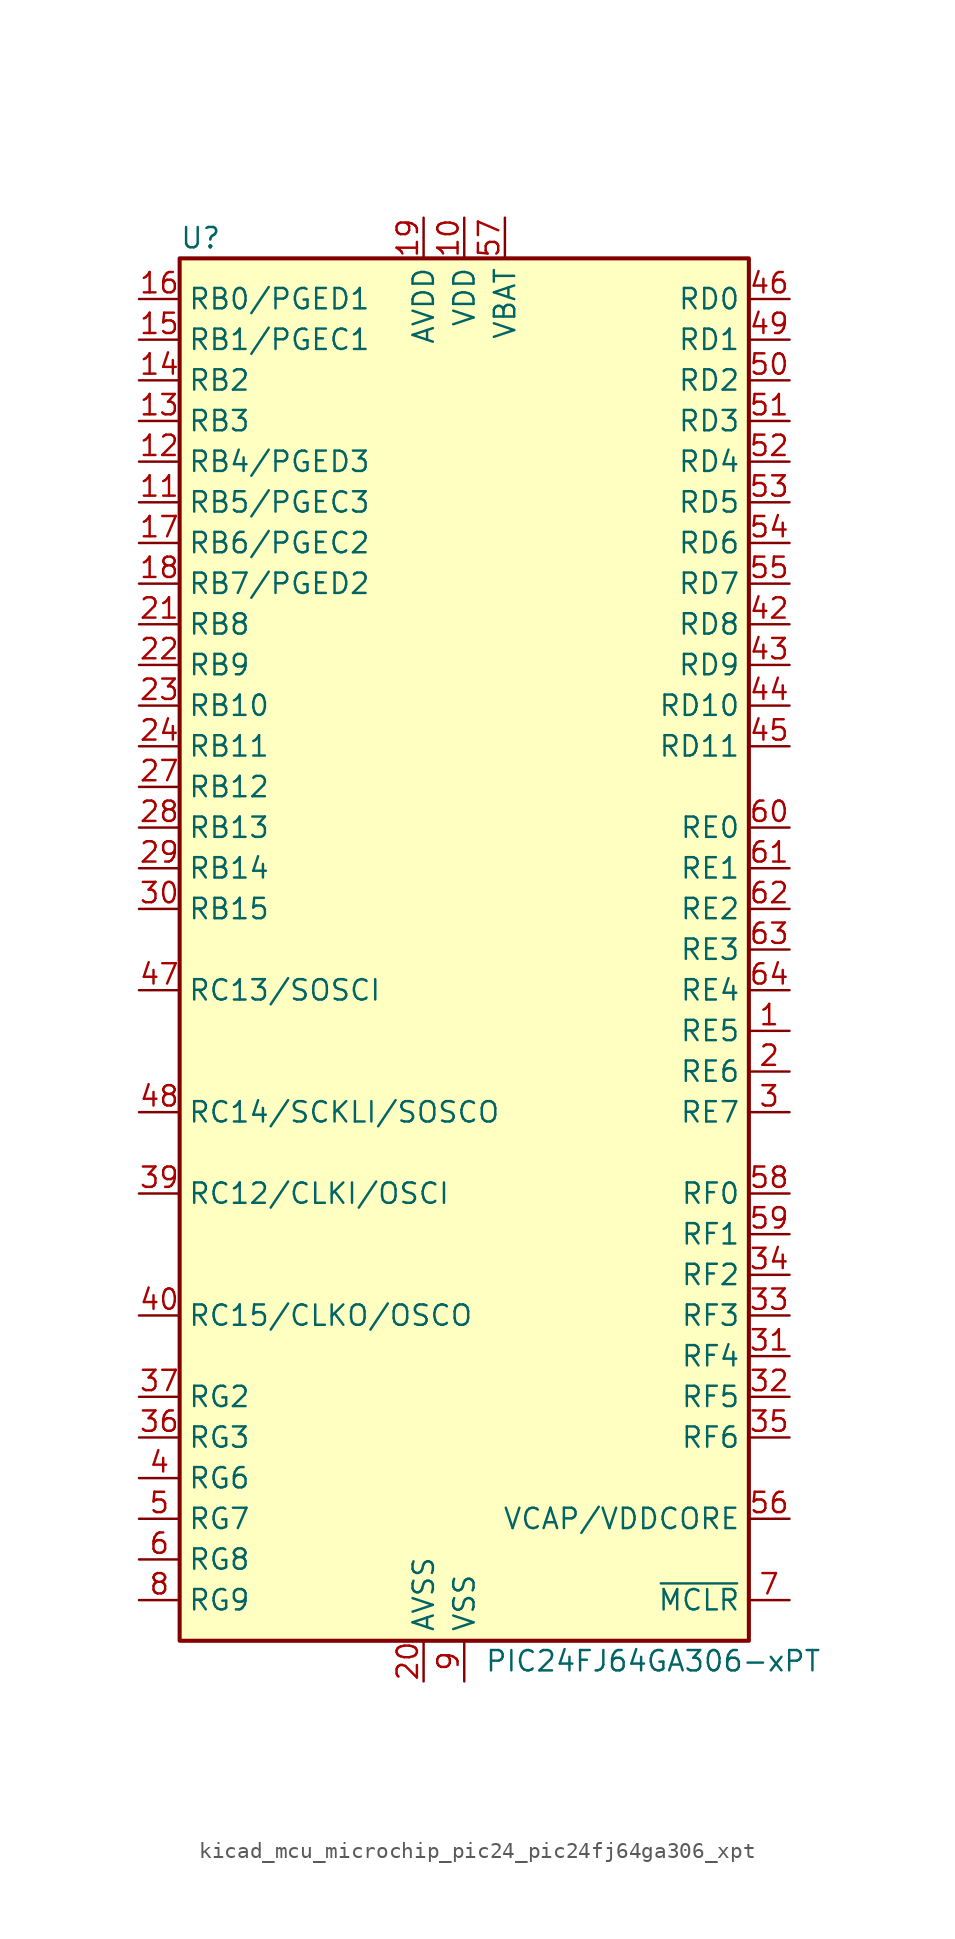
<source format=kicad_sym>
(kicad_symbol_lib
  (version 20220914)
  (generator kicad_symbol_editor)
  (symbol "kicad_mcu_microchip_pic24_pic24fj64ga306_xpt"
    (property "Reference" "U"
      (at -17.78 44.45 0)
      (effects (font (size 1.27 1.27)) (justify left)))
    (property "Value" "PIC24FJ64GA306-xPT"
      (at 1.27 -44.45 0)
      (effects (font (size 1.27 1.27)) (justify left)))
    (symbol "kicad_mcu_microchip_pic24_pic24fj64ga306_xpt_1_1"
      (rectangle (start -17.78 43.18) (end 17.78 -43.18) (stroke (width 0.254) (type default)) (fill (type background)))
      (pin bidirectional line (at 20.32 -5.08 180) (length 2.54) (name "RE5" (effects (font (size 1.27 1.27)))) (number "1" (effects (font (size 1.27 1.27)))) (alternate "CN63" bidirectional line) (alternate "CTED4" bidirectional line) (alternate "LCDBIAS2" bidirectional line) (alternate "PMD5" bidirectional line))
      (pin power_in line (at 0 45.72 270) (length 2.54) (name "VDD" (effects (font (size 1.27 1.27)))) (number "10" (effects (font (size 1.27 1.27)))))
      (pin bidirectional line (at -20.32 27.94 0) (length 2.54) (name "RB5/PGEC3" (effects (font (size 1.27 1.27)))) (number "11" (effects (font (size 1.27 1.27)))) (alternate "AN5" bidirectional line) (alternate "C1INA" bidirectional line) (alternate "CN7" bidirectional line) (alternate "RP18" bidirectional line) (alternate "SEG2" bidirectional line))
      (pin bidirectional line (at -20.32 30.48 0) (length 2.54) (name "RB4/PGED3" (effects (font (size 1.27 1.27)))) (number "12" (effects (font (size 1.27 1.27)))) (alternate "AN4" bidirectional line) (alternate "C1INB" bidirectional line) (alternate "CN6" bidirectional line) (alternate "RP28" bidirectional line) (alternate "SEG3" bidirectional line))
      (pin bidirectional line (at -20.32 33.02 0) (length 2.54) (name "RB3" (effects (font (size 1.27 1.27)))) (number "13" (effects (font (size 1.27 1.27)))) (alternate "AN3" bidirectional line) (alternate "C2INA" bidirectional line) (alternate "CN5" bidirectional line) (alternate "SEG4" bidirectional line))
      (pin bidirectional line (at -20.32 35.56 0) (length 2.54) (name "RB2" (effects (font (size 1.27 1.27)))) (number "14" (effects (font (size 1.27 1.27)))) (alternate "AN2" bidirectional line) (alternate "C2INB" bidirectional line) (alternate "CN4" bidirectional line) (alternate "CTCMP" bidirectional line) (alternate "CTED13" bidirectional line) (alternate "RP13" bidirectional line) (alternate "SEG5" bidirectional line))
      (pin bidirectional line (at -20.32 38.1 0) (length 2.54) (name "RB1/PGEC1" (effects (font (size 1.27 1.27)))) (number "15" (effects (font (size 1.27 1.27)))) (alternate "AN1" bidirectional line) (alternate "CN3" bidirectional line) (alternate "CTED12" bidirectional line) (alternate "CVREF-" bidirectional line) (alternate "RP1" bidirectional line) (alternate "SEG6" bidirectional line))
      (pin bidirectional line (at -20.32 40.64 0) (length 2.54) (name "RB0/PGED1" (effects (font (size 1.27 1.27)))) (number "16" (effects (font (size 1.27 1.27)))) (alternate "AN0" bidirectional line) (alternate "CN2" bidirectional line) (alternate "CVREF+" bidirectional line) (alternate "PMA6" bidirectional line) (alternate "RP0" bidirectional line) (alternate "SEG7" bidirectional line))
      (pin bidirectional line (at -20.32 25.4 0) (length 2.54) (name "RB6/PGEC2" (effects (font (size 1.27 1.27)))) (number "17" (effects (font (size 1.27 1.27)))) (alternate "AN6" bidirectional line) (alternate "CN24" bidirectional line) (alternate "LCDBIAS3" bidirectional line) (alternate "RP6" bidirectional line))
      (pin bidirectional line (at -20.32 22.86 0) (length 2.54) (name "RB7/PGED2" (effects (font (size 1.27 1.27)))) (number "18" (effects (font (size 1.27 1.27)))) (alternate "AN7" bidirectional line) (alternate "CN25" bidirectional line) (alternate "RP7" bidirectional line))
      (pin power_in line (at -2.54 45.72 270) (length 2.54) (name "AVDD" (effects (font (size 1.27 1.27)))) (number "19" (effects (font (size 1.27 1.27)))))
      (pin bidirectional line (at 20.32 -7.62 180) (length 2.54) (name "RE6" (effects (font (size 1.27 1.27)))) (number "2" (effects (font (size 1.27 1.27)))) (alternate "CN64" bidirectional line) (alternate "LCDBIAS1" bidirectional line) (alternate "PMD6" bidirectional line))
      (pin power_in line (at -2.54 -45.72 90) (length 2.54) (name "AVSS" (effects (font (size 1.27 1.27)))) (number "20" (effects (font (size 1.27 1.27)))))
      (pin bidirectional line (at -20.32 20.32 0) (length 2.54) (name "RB8" (effects (font (size 1.27 1.27)))) (number "21" (effects (font (size 1.27 1.27)))) (alternate "AN8" bidirectional line) (alternate "CN26" bidirectional line) (alternate "COM7" bidirectional line) (alternate "RP8" bidirectional line) (alternate "SEG31" bidirectional line))
      (pin bidirectional line (at -20.32 17.78 0) (length 2.54) (name "RB9" (effects (font (size 1.27 1.27)))) (number "22" (effects (font (size 1.27 1.27)))) (alternate "AN9" bidirectional line) (alternate "CN27" bidirectional line) (alternate "COM6" bidirectional line) (alternate "PMA7" bidirectional line) (alternate "RP9" bidirectional line) (alternate "SEG30" bidirectional line))
      (pin bidirectional line (at -20.32 15.24 0) (length 2.54) (name "RB10" (effects (font (size 1.27 1.27)))) (number "23" (effects (font (size 1.27 1.27)))) (alternate "AN10" bidirectional line) (alternate "CN28" bidirectional line) (alternate "COM5" bidirectional line) (alternate "CVREF" bidirectional line) (alternate "PMA13" bidirectional line) (alternate "SEG29" bidirectional line) (alternate "TMS" bidirectional line))
      (pin bidirectional line (at -20.32 12.7 0) (length 2.54) (name "RB11" (effects (font (size 1.27 1.27)))) (number "24" (effects (font (size 1.27 1.27)))) (alternate "AN11" bidirectional line) (alternate "CN29" bidirectional line) (alternate "PMA12" bidirectional line) (alternate "TDO" bidirectional line))
      (pin passive line (at 0 -45.72 90) (length 2.54) hide (name "VSS" (effects (font (size 1.27 1.27)))) (number "25" (effects (font (size 1.27 1.27)))))
      (pin passive line (at 0 45.72 270) (length 2.54) hide (name "VDD" (effects (font (size 1.27 1.27)))) (number "26" (effects (font (size 1.27 1.27)))))
      (pin bidirectional line (at -20.32 10.16 0) (length 2.54) (name "RB12" (effects (font (size 1.27 1.27)))) (number "27" (effects (font (size 1.27 1.27)))) (alternate "AN12" bidirectional line) (alternate "CN30" bidirectional line) (alternate "CTED2" bidirectional line) (alternate "PMA11" bidirectional line) (alternate "SEG18" bidirectional line) (alternate "TCK" bidirectional line))
      (pin bidirectional line (at -20.32 7.62 0) (length 2.54) (name "RB13" (effects (font (size 1.27 1.27)))) (number "28" (effects (font (size 1.27 1.27)))) (alternate "AN13" bidirectional line) (alternate "CN31" bidirectional line) (alternate "CTED1" bidirectional line) (alternate "PMA10" bidirectional line) (alternate "SEG19" bidirectional line) (alternate "TDI" bidirectional line))
      (pin bidirectional line (at -20.32 5.08 0) (length 2.54) (name "RB14" (effects (font (size 1.27 1.27)))) (number "29" (effects (font (size 1.27 1.27)))) (alternate "AN14" bidirectional line) (alternate "CN32" bidirectional line) (alternate "CTED5" bidirectional line) (alternate "CTPLS" bidirectional line) (alternate "PMA1" bidirectional line) (alternate "RP14" bidirectional line) (alternate "SEG8" bidirectional line))
      (pin bidirectional line (at 20.32 -10.16 180) (length 2.54) (name "RE7" (effects (font (size 1.27 1.27)))) (number "3" (effects (font (size 1.27 1.27)))) (alternate "CN65" bidirectional line) (alternate "LCDBIAS0" bidirectional line) (alternate "PMD7" bidirectional line))
      (pin bidirectional line (at -20.32 2.54 0) (length 2.54) (name "RB15" (effects (font (size 1.27 1.27)))) (number "30" (effects (font (size 1.27 1.27)))) (alternate "AN15" bidirectional line) (alternate "CN12" bidirectional line) (alternate "CTED6" bidirectional line) (alternate "PMA0" bidirectional line) (alternate "REFO" bidirectional line) (alternate "RP29" bidirectional line) (alternate "SEG9" bidirectional line))
      (pin bidirectional line (at 20.32 -25.4 180) (length 2.54) (name "RF4" (effects (font (size 1.27 1.27)))) (number "31" (effects (font (size 1.27 1.27)))) (alternate "CN17" bidirectional line) (alternate "PMA9" bidirectional line) (alternate "RP10" bidirectional line) (alternate "SDA2" bidirectional line) (alternate "SEG10" bidirectional line))
      (pin bidirectional line (at 20.32 -27.94 180) (length 2.54) (name "RF5" (effects (font (size 1.27 1.27)))) (number "32" (effects (font (size 1.27 1.27)))) (alternate "CN18" bidirectional line) (alternate "PMA8" bidirectional line) (alternate "RP17" bidirectional line) (alternate "SCL2" bidirectional line) (alternate "SEG11" bidirectional line))
      (pin bidirectional line (at 20.32 -22.86 180) (length 2.54) (name "RF3" (effects (font (size 1.27 1.27)))) (number "33" (effects (font (size 1.27 1.27)))) (alternate "CN71" bidirectional line) (alternate "RP16" bidirectional line) (alternate "SEG12" bidirectional line))
      (pin bidirectional line (at 20.32 -20.32 180) (length 2.54) (name "RF2" (effects (font (size 1.27 1.27)))) (number "34" (effects (font (size 1.27 1.27)))) (alternate "CN70" bidirectional line) (alternate "RP30" bidirectional line))
      (pin bidirectional line (at 20.32 -30.48 180) (length 2.54) (name "RF6" (effects (font (size 1.27 1.27)))) (number "35" (effects (font (size 1.27 1.27)))) (alternate "CN84" bidirectional line) (alternate "INT0" bidirectional line))
      (pin bidirectional line (at -20.32 -30.48 0) (length 2.54) (name "RG3" (effects (font (size 1.27 1.27)))) (number "36" (effects (font (size 1.27 1.27)))) (alternate "CN73" bidirectional line) (alternate "SDA1" bidirectional line) (alternate "SEG47" bidirectional line))
      (pin bidirectional line (at -20.32 -27.94 0) (length 2.54) (name "RG2" (effects (font (size 1.27 1.27)))) (number "37" (effects (font (size 1.27 1.27)))) (alternate "CN72" bidirectional line) (alternate "SCL1" bidirectional line) (alternate "SEG28" bidirectional line))
      (pin passive line (at 0 45.72 270) (length 2.54) hide (name "VDD" (effects (font (size 1.27 1.27)))) (number "38" (effects (font (size 1.27 1.27)))))
      (pin bidirectional line (at -20.32 -15.24 0) (length 2.54) (name "RC12/CLKI/OSCI" (effects (font (size 1.27 1.27)))) (number "39" (effects (font (size 1.27 1.27)))) (alternate "CN23" bidirectional line))
      (pin bidirectional line (at -20.32 -33.02 0) (length 2.54) (name "RG6" (effects (font (size 1.27 1.27)))) (number "4" (effects (font (size 1.27 1.27)))) (alternate "C1IND" bidirectional line) (alternate "CN8" bidirectional line) (alternate "PMA5" bidirectional line) (alternate "RP21" bidirectional line) (alternate "SEG0" bidirectional line))
      (pin bidirectional line (at -20.32 -22.86 0) (length 2.54) (name "RC15/CLKO/OSCO" (effects (font (size 1.27 1.27)))) (number "40" (effects (font (size 1.27 1.27)))) (alternate "CN22" bidirectional line))
      (pin passive line (at 0 -45.72 90) (length 2.54) hide (name "VSS" (effects (font (size 1.27 1.27)))) (number "41" (effects (font (size 1.27 1.27)))))
      (pin bidirectional line (at 20.32 20.32 180) (length 2.54) (name "RD8" (effects (font (size 1.27 1.27)))) (number "42" (effects (font (size 1.27 1.27)))) (alternate "CN53" bidirectional line) (alternate "RP2" bidirectional line) (alternate "RTCC" bidirectional line) (alternate "SEG13" bidirectional line))
      (pin bidirectional line (at 20.32 17.78 180) (length 2.54) (name "RD9" (effects (font (size 1.27 1.27)))) (number "43" (effects (font (size 1.27 1.27)))) (alternate "CN54" bidirectional line) (alternate "PMACK2" bidirectional line) (alternate "RP4" bidirectional line) (alternate "SEG14" bidirectional line))
      (pin bidirectional line (at 20.32 15.24 180) (length 2.54) (name "RD10" (effects (font (size 1.27 1.27)))) (number "44" (effects (font (size 1.27 1.27)))) (alternate "C3IND" bidirectional line) (alternate "CN55" bidirectional line) (alternate "CS2" bidirectional line) (alternate "PMA15" bidirectional line) (alternate "RP3" bidirectional line) (alternate "SEG15" bidirectional line))
      (pin bidirectional line (at 20.32 12.7 180) (length 2.54) (name "RD11" (effects (font (size 1.27 1.27)))) (number "45" (effects (font (size 1.27 1.27)))) (alternate "C3INC" bidirectional line) (alternate "CN56" bidirectional line) (alternate "CS1" bidirectional line) (alternate "PMA14" bidirectional line) (alternate "RP12" bidirectional line) (alternate "SEG16" bidirectional line))
      (pin bidirectional line (at 20.32 40.64 180) (length 2.54) (name "RD0" (effects (font (size 1.27 1.27)))) (number "46" (effects (font (size 1.27 1.27)))) (alternate "CN49" bidirectional line) (alternate "RP11" bidirectional line) (alternate "SEG17" bidirectional line))
      (pin bidirectional line (at -20.32 -2.54 0) (length 2.54) (name "RC13/SOSCI" (effects (font (size 1.27 1.27)))) (number "47" (effects (font (size 1.27 1.27)))))
      (pin bidirectional line (at -20.32 -10.16 0) (length 2.54) (name "RC14/SCKLI/SOSCO" (effects (font (size 1.27 1.27)))) (number "48" (effects (font (size 1.27 1.27)))) (alternate "RPI37" bidirectional line))
      (pin bidirectional line (at 20.32 38.1 180) (length 2.54) (name "RD1" (effects (font (size 1.27 1.27)))) (number "49" (effects (font (size 1.27 1.27)))) (alternate "CN50" bidirectional line) (alternate "RP24" bidirectional line) (alternate "SEG20" bidirectional line))
      (pin bidirectional line (at -20.32 -35.56 0) (length 2.54) (name "RG7" (effects (font (size 1.27 1.27)))) (number "5" (effects (font (size 1.27 1.27)))) (alternate "C1INC" bidirectional line) (alternate "CN9" bidirectional line) (alternate "PMA4" bidirectional line) (alternate "RP26" bidirectional line) (alternate "VLCAP1" bidirectional line))
      (pin bidirectional line (at 20.32 35.56 180) (length 2.54) (name "RD2" (effects (font (size 1.27 1.27)))) (number "50" (effects (font (size 1.27 1.27)))) (alternate "CN51" bidirectional line) (alternate "PMACK1" bidirectional line) (alternate "RP23" bidirectional line) (alternate "SEG21" bidirectional line))
      (pin bidirectional line (at 20.32 33.02 180) (length 2.54) (name "RD3" (effects (font (size 1.27 1.27)))) (number "51" (effects (font (size 1.27 1.27)))) (alternate "CN52" bidirectional line) (alternate "PMBE0" bidirectional line) (alternate "RP22" bidirectional line) (alternate "SEG22" bidirectional line))
      (pin bidirectional line (at 20.32 30.48 180) (length 2.54) (name "RD4" (effects (font (size 1.27 1.27)))) (number "52" (effects (font (size 1.27 1.27)))) (alternate "CN13" bidirectional line) (alternate "PMWR" bidirectional line) (alternate "RP25" bidirectional line) (alternate "SEG23" bidirectional line))
      (pin bidirectional line (at 20.32 27.94 180) (length 2.54) (name "RD5" (effects (font (size 1.27 1.27)))) (number "53" (effects (font (size 1.27 1.27)))) (alternate "CN14" bidirectional line) (alternate "PMRD" bidirectional line) (alternate "RP20" bidirectional line) (alternate "SEG24" bidirectional line))
      (pin bidirectional line (at 20.32 25.4 180) (length 2.54) (name "RD6" (effects (font (size 1.27 1.27)))) (number "54" (effects (font (size 1.27 1.27)))) (alternate "C3INB" bidirectional line) (alternate "CN15" bidirectional line) (alternate "SEG25" bidirectional line))
      (pin bidirectional line (at 20.32 22.86 180) (length 2.54) (name "RD7" (effects (font (size 1.27 1.27)))) (number "55" (effects (font (size 1.27 1.27)))) (alternate "C3INA" bidirectional line) (alternate "CN16" bidirectional line) (alternate "SEG26" bidirectional line))
      (pin passive line (at 20.32 -35.56 180) (length 2.54) (name "VCAP/VDDCORE" (effects (font (size 1.27 1.27)))) (number "56" (effects (font (size 1.27 1.27)))))
      (pin power_in line (at 2.54 45.72 270) (length 2.54) (name "VBAT" (effects (font (size 1.27 1.27)))) (number "57" (effects (font (size 1.27 1.27)))))
      (pin bidirectional line (at 20.32 -15.24 180) (length 2.54) (name "RF0" (effects (font (size 1.27 1.27)))) (number "58" (effects (font (size 1.27 1.27)))) (alternate "CN68" bidirectional line) (alternate "SEG27" bidirectional line))
      (pin bidirectional line (at 20.32 -17.78 180) (length 2.54) (name "RF1" (effects (font (size 1.27 1.27)))) (number "59" (effects (font (size 1.27 1.27)))) (alternate "CN69" bidirectional line) (alternate "COM4" bidirectional line) (alternate "SEG48" bidirectional line))
      (pin bidirectional line (at -20.32 -38.1 0) (length 2.54) (name "RG8" (effects (font (size 1.27 1.27)))) (number "6" (effects (font (size 1.27 1.27)))) (alternate "C2IND" bidirectional line) (alternate "CN10" bidirectional line) (alternate "PMA3" bidirectional line) (alternate "RP19" bidirectional line) (alternate "VLCAP2" bidirectional line))
      (pin bidirectional line (at 20.32 7.62 180) (length 2.54) (name "RE0" (effects (font (size 1.27 1.27)))) (number "60" (effects (font (size 1.27 1.27)))) (alternate "CN58" bidirectional line) (alternate "COM3" bidirectional line) (alternate "PMD0" bidirectional line))
      (pin bidirectional line (at 20.32 5.08 180) (length 2.54) (name "RE1" (effects (font (size 1.27 1.27)))) (number "61" (effects (font (size 1.27 1.27)))) (alternate "CN59" bidirectional line) (alternate "COM2" bidirectional line) (alternate "PMD1" bidirectional line))
      (pin bidirectional line (at 20.32 2.54 180) (length 2.54) (name "RE2" (effects (font (size 1.27 1.27)))) (number "62" (effects (font (size 1.27 1.27)))) (alternate "CN60" bidirectional line) (alternate "COM1" bidirectional line) (alternate "PMD2" bidirectional line))
      (pin bidirectional line (at 20.32 0 180) (length 2.54) (name "RE3" (effects (font (size 1.27 1.27)))) (number "63" (effects (font (size 1.27 1.27)))) (alternate "CN61" bidirectional line) (alternate "COM0" bidirectional line) (alternate "CTED9" bidirectional line) (alternate "PMD3" bidirectional line))
      (pin bidirectional line (at 20.32 -2.54 180) (length 2.54) (name "RE4" (effects (font (size 1.27 1.27)))) (number "64" (effects (font (size 1.27 1.27)))) (alternate "CN62" bidirectional line) (alternate "CTED8" bidirectional line) (alternate "HLVDIN" bidirectional line) (alternate "PMD4" bidirectional line))
      (pin input line (at 20.32 -40.64 180) (length 2.54) (name "~{MCLR}" (effects (font (size 1.27 1.27)))) (number "7" (effects (font (size 1.27 1.27)))))
      (pin bidirectional line (at -20.32 -40.64 0) (length 2.54) (name "RG9" (effects (font (size 1.27 1.27)))) (number "8" (effects (font (size 1.27 1.27)))) (alternate "C2INC" bidirectional line) (alternate "CN11" bidirectional line) (alternate "PMA2" bidirectional line) (alternate "RP27" bidirectional line) (alternate "SEG1" bidirectional line))
      (pin power_in line (at 0 -45.72 90) (length 2.54) (name "VSS" (effects (font (size 1.27 1.27)))) (number "9" (effects (font (size 1.27 1.27))))))))
</source>
